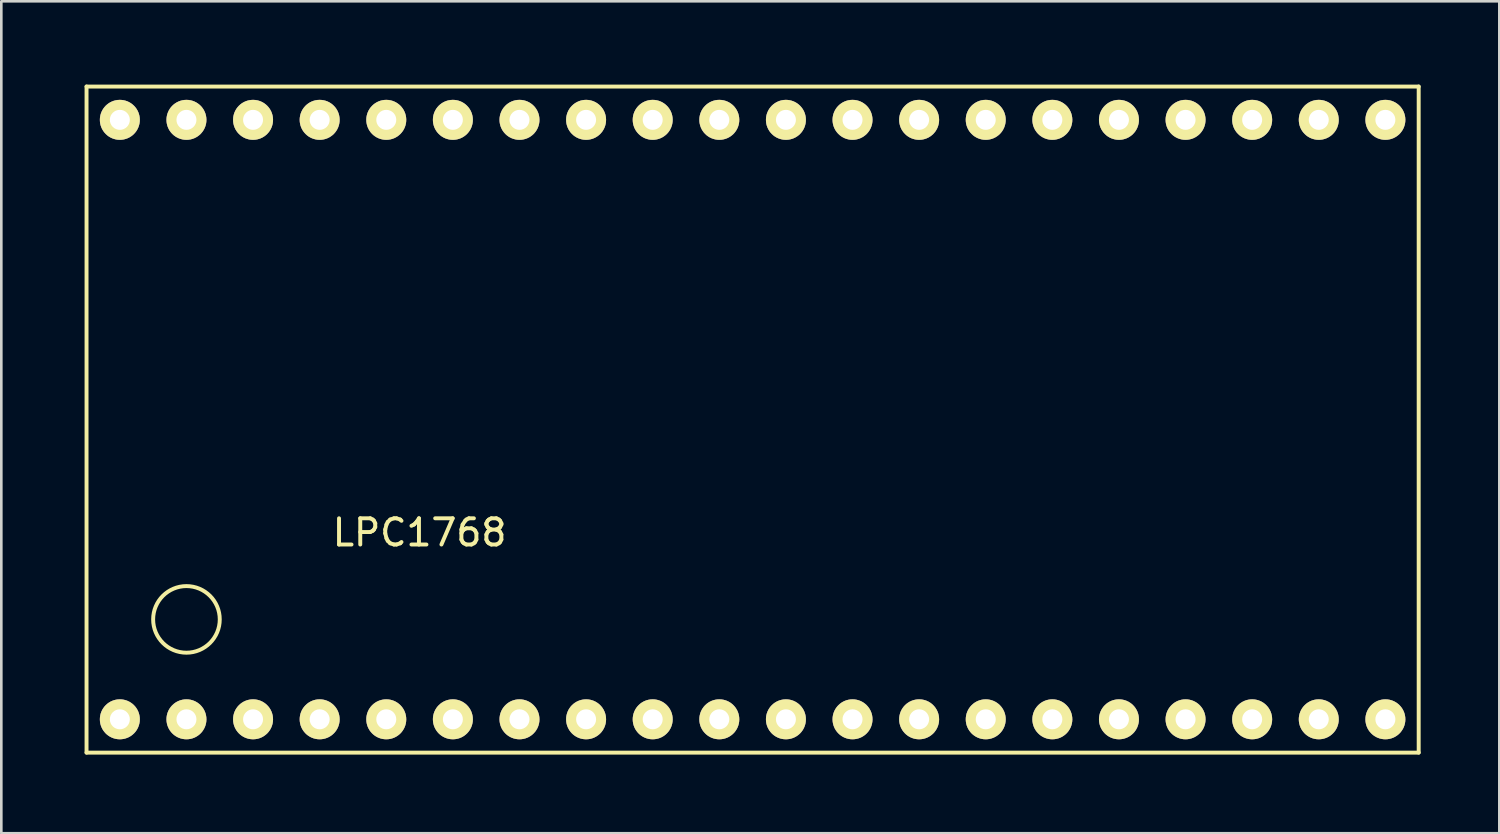
<source format=kicad_pcb>
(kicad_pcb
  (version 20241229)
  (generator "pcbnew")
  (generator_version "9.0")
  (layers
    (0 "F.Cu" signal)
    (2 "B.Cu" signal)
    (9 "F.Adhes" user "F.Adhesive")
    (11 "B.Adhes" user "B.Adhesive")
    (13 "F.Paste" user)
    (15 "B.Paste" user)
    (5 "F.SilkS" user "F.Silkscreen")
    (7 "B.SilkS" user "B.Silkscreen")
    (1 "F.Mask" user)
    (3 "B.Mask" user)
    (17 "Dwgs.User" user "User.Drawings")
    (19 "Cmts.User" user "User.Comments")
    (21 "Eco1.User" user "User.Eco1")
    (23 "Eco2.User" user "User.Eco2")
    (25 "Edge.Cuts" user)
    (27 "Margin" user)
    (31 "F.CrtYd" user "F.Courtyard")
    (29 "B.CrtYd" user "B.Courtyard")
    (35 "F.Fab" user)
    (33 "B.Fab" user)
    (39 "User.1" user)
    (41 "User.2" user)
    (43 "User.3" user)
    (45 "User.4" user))
  (footprint "LPC1768"
    (layer "F.Cu")
    (at 0.25 0.25)
    (property "Reference" "LPC1768" (at 12.7 17.01 0) (layer "F.SilkS") (effects (font (size 1 1) (thickness 0.15))))
    (attr through_hole)
    (fp_line (start 0 0) (end 0 25.4) (stroke (width 0.15) (type solid)) (layer "F.SilkS"))
    (fp_line (start 0 25.4) (end 50.8 25.4) (stroke (width 0.15) (type solid)) (layer "F.SilkS"))
    (fp_line (start 50.8 0) (end 0 0) (stroke (width 0.15) (type solid)) (layer "F.SilkS"))
    (fp_line (start 50.8 25.4) (end 50.8 0) (stroke (width 0.15) (type solid)) (layer "F.SilkS"))
    (fp_circle (center 3.81 20.32) (end 5.08 20.32) (stroke (width 0.15) (type solid)) (fill no) (layer "F.SilkS"))
    (pad "1" thru_hole circle (at 1.27 24.13) (size 1.524 1.524) (drill 0.762) (layers "*.Cu" "*.Mask" "F.SilkS"))
    (pad "2" thru_hole circle (at 3.81 24.13) (size 1.524 1.524) (drill 0.762) (layers "*.Cu" "*.Mask" "F.SilkS"))
    (pad "3" thru_hole circle (at 6.35 24.13) (size 1.524 1.524) (drill 0.762) (layers "*.Cu" "*.Mask" "F.SilkS"))
    (pad "4" thru_hole circle (at 8.89 24.13) (size 1.524 1.524) (drill 0.762) (layers "*.Cu" "*.Mask" "F.SilkS"))
    (pad "5" thru_hole circle (at 11.43 24.13) (size 1.524 1.524) (drill 0.762) (layers "*.Cu" "*.Mask" "F.SilkS"))
    (pad "6" thru_hole circle (at 13.97 24.13) (size 1.524 1.524) (drill 0.762) (layers "*.Cu" "*.Mask" "F.SilkS"))
    (pad "7" thru_hole circle (at 16.51 24.13) (size 1.524 1.524) (drill 0.762) (layers "*.Cu" "*.Mask" "F.SilkS"))
    (pad "8" thru_hole circle (at 19.05 24.13) (size 1.524 1.524) (drill 0.762) (layers "*.Cu" "*.Mask" "F.SilkS"))
    (pad "9" thru_hole circle (at 21.59 24.13) (size 1.524 1.524) (drill 0.762) (layers "*.Cu" "*.Mask" "F.SilkS"))
    (pad "10" thru_hole circle (at 24.13 24.13) (size 1.524 1.524) (drill 0.762) (layers "*.Cu" "*.Mask" "F.SilkS"))
    (pad "11" thru_hole circle (at 26.67 24.13) (size 1.524 1.524) (drill 0.762) (layers "*.Cu" "*.Mask" "F.SilkS"))
    (pad "12" thru_hole circle (at 29.21 24.13) (size 1.524 1.524) (drill 0.762) (layers "*.Cu" "*.Mask" "F.SilkS"))
    (pad "13" thru_hole circle (at 31.75 24.13) (size 1.524 1.524) (drill 0.762) (layers "*.Cu" "*.Mask" "F.SilkS"))
    (pad "14" thru_hole circle (at 34.29 24.13) (size 1.524 1.524) (drill 0.762) (layers "*.Cu" "*.Mask" "F.SilkS"))
    (pad "15" thru_hole circle (at 36.83 24.13) (size 1.524 1.524) (drill 0.762) (layers "*.Cu" "*.Mask" "F.SilkS"))
    (pad "16" thru_hole circle (at 39.37 24.13) (size 1.524 1.524) (drill 0.762) (layers "*.Cu" "*.Mask" "F.SilkS"))
    (pad "17" thru_hole circle (at 41.91 24.13) (size 1.524 1.524) (drill 0.762) (layers "*.Cu" "*.Mask" "F.SilkS"))
    (pad "18" thru_hole circle (at 44.45 24.13) (size 1.524 1.524) (drill 0.762) (layers "*.Cu" "*.Mask" "F.SilkS"))
    (pad "19" thru_hole circle (at 46.99 24.13) (size 1.524 1.524) (drill 0.762) (layers "*.Cu" "*.Mask" "F.SilkS"))
    (pad "20" thru_hole circle (at 49.53 24.13) (size 1.524 1.524) (drill 0.762) (layers "*.Cu" "*.Mask" "F.SilkS"))
    (pad "21" thru_hole circle (at 49.53 1.27) (size 1.524 1.524) (drill 0.762) (layers "*.Cu" "*.Mask" "F.SilkS"))
    (pad "22" thru_hole circle (at 46.99 1.27) (size 1.524 1.524) (drill 0.762) (layers "*.Cu" "*.Mask" "F.SilkS"))
    (pad "23" thru_hole circle (at 44.45 1.27) (size 1.524 1.524) (drill 0.762) (layers "*.Cu" "*.Mask" "F.SilkS"))
    (pad "24" thru_hole circle (at 41.91 1.27) (size 1.524 1.524) (drill 0.762) (layers "*.Cu" "*.Mask" "F.SilkS"))
    (pad "25" thru_hole circle (at 39.37 1.27) (size 1.524 1.524) (drill 0.762) (layers "*.Cu" "*.Mask" "F.SilkS"))
    (pad "26" thru_hole circle (at 36.83 1.27) (size 1.524 1.524) (drill 0.762) (layers "*.Cu" "*.Mask" "F.SilkS"))
    (pad "27" thru_hole circle (at 34.29 1.27) (size 1.524 1.524) (drill 0.762) (layers "*.Cu" "*.Mask" "F.SilkS"))
    (pad "28" thru_hole circle (at 31.75 1.27) (size 1.524 1.524) (drill 0.762) (layers "*.Cu" "*.Mask" "F.SilkS"))
    (pad "29" thru_hole circle (at 29.21 1.27) (size 1.524 1.524) (drill 0.762) (layers "*.Cu" "*.Mask" "F.SilkS"))
    (pad "30" thru_hole circle (at 26.67 1.27) (size 1.524 1.524) (drill 0.762) (layers "*.Cu" "*.Mask" "F.SilkS"))
    (pad "31" thru_hole circle (at 24.13 1.27) (size 1.524 1.524) (drill 0.762) (layers "*.Cu" "*.Mask" "F.SilkS"))
    (pad "32" thru_hole circle (at 21.59 1.27) (size 1.524 1.524) (drill 0.762) (layers "*.Cu" "*.Mask" "F.SilkS"))
    (pad "33" thru_hole circle (at 19.05 1.27) (size 1.524 1.524) (drill 0.762) (layers "*.Cu" "*.Mask" "F.SilkS"))
    (pad "34" thru_hole circle (at 16.51 1.27) (size 1.524 1.524) (drill 0.762) (layers "*.Cu" "*.Mask" "F.SilkS"))
    (pad "35" thru_hole circle (at 13.97 1.27) (size 1.524 1.524) (drill 0.762) (layers "*.Cu" "*.Mask" "F.SilkS"))
    (pad "36" thru_hole circle (at 11.43 1.27) (size 1.524 1.524) (drill 0.762) (layers "*.Cu" "*.Mask" "F.SilkS"))
    (pad "37" thru_hole circle (at 8.89 1.27) (size 1.524 1.524) (drill 0.762) (layers "*.Cu" "*.Mask" "F.SilkS"))
    (pad "38" thru_hole circle (at 6.35 1.27) (size 1.524 1.524) (drill 0.762) (layers "*.Cu" "*.Mask" "F.SilkS"))
    (pad "39" thru_hole circle (at 3.81 1.27) (size 1.524 1.524) (drill 0.762) (layers "*.Cu" "*.Mask" "F.SilkS"))
    (pad "40" thru_hole circle (at 1.27 1.27) (size 1.524 1.524) (drill 0.762) (layers "*.Cu" "*.Mask" "F.SilkS")))
  (gr_rect
    (start -3 -3)
    (end 54.125 28.725)
    (stroke (width 0.1) (type default))
    (fill no)
    (layer "Edge.Cuts")))
</source>
